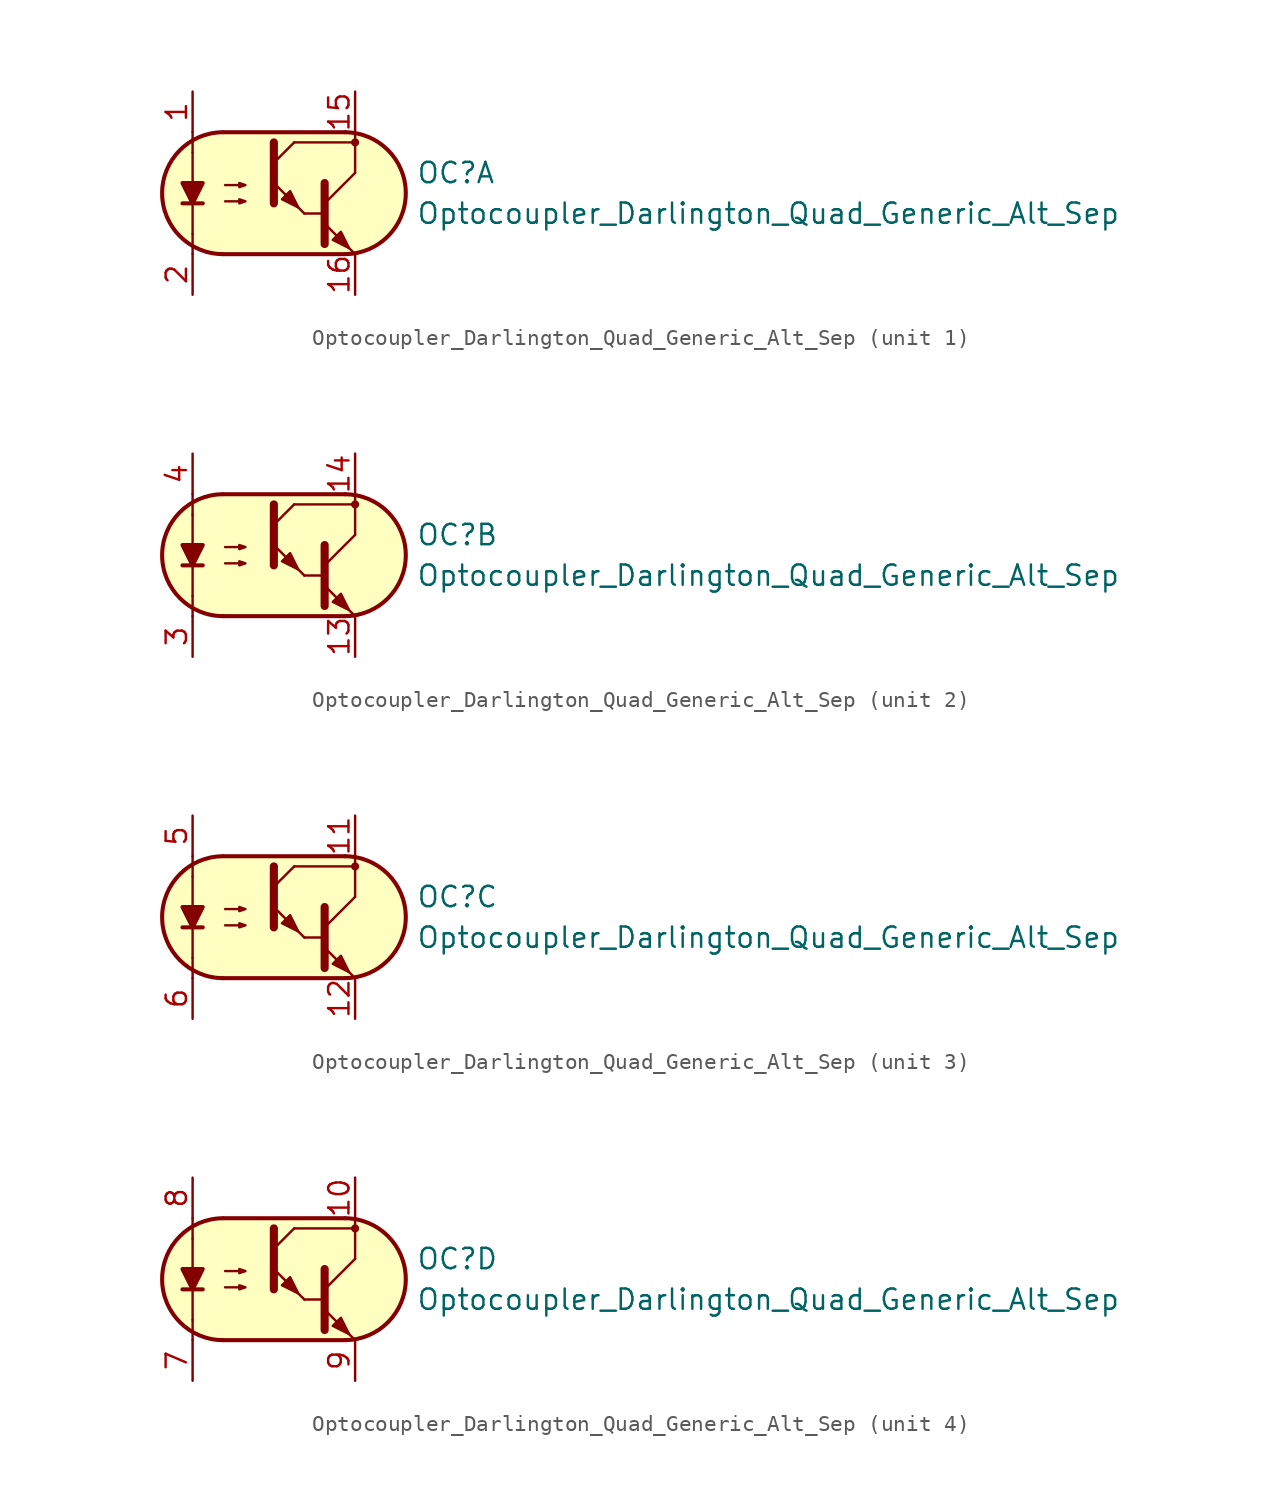
<source format=kicad_sym>
(kicad_symbol_lib
  (version 20211014)
  (generator kicad_symbol_editor)
  (symbol "Optocoupler_Darlington_Quad_Generic_Alt_Sep"
    (pin_names
      (offset 1.016))
    (property "Reference" "OC"
      (at 8.89 1.27 0)
      (effects (font (size 1.27 1.27)) (justify left)))
    (property "Value" "Optocoupler_Darlington_Quad_Generic_Alt_Sep"
      (at 8.89 -1.27 0)
      (effects (font (size 1.27 1.27)) (justify left)))
    (property "ki_locked" ""
      (at 0 0 0)
      (effects (font (size 1.27 1.27))))
    (symbol "Optocoupler_Darlington_Quad_Generic_Alt_Sep_0_1"
      (arc (start -3.2135 3.8099) (mid -6.9851 -0.016) (end -3.1816 -3.8101) (stroke (width 0.254) (type default) (color 0 0 0 0)) (fill (type none)))
      (polyline (pts (xy -5.08 -2.54) (xy -5.08 -3.81)) (stroke (width 0.152) (type default) (color 0 0 0 0)) (fill (type none)))
      (polyline (pts (xy -5.08 -2.54) (xy -5.08 2.54)) (stroke (width 0.152) (type default) (color 0 0 0 0)) (fill (type none)))
      (polyline (pts (xy -5.08 2.54) (xy -5.08 3.81)) (stroke (width 0.152) (type default) (color 0 0 0 0)) (fill (type none)))
      (polyline (pts (xy -3.175 -3.81) (xy 4.445 -3.81)) (stroke (width 0.254) (type default) (color 0 0 0 0)) (fill (type none)))
      (polyline (pts (xy 1.27 3.175) (xy 5.08 3.175)) (stroke (width 0.152) (type default) (color 0 0 0 0)) (fill (type none)))
      (polyline (pts (xy 1.905 -1.27) (xy 3.175 -1.27)) (stroke (width 0) (type default) (color 0 0 0 0)) (fill (type none)))
      (polyline (pts (xy 3.175 -0.635) (xy 5.08 1.27)) (stroke (width 0) (type default) (color 0 0 0 0)) (fill (type none)))
      (polyline (pts (xy 4.445 3.81) (xy -3.175 3.81)) (stroke (width 0.254) (type default) (color 0 0 0 0)) (fill (type none)))
      (polyline (pts (xy 5.08 -3.81) (xy 3.175 -1.905)) (stroke (width 0) (type default) (color 0 0 0 0)) (fill (type outline)))
      (polyline (pts (xy 5.08 1.27) (xy 5.08 3.81)) (stroke (width 0.152) (type default) (color 0 0 0 0)) (fill (type none)))
      (polyline (pts (xy 3.175 0.635) (xy 3.175 -3.175) (xy 3.175 -3.175)) (stroke (width 0.508) (type default) (color 0 0 0 0)) (fill (type none)))
      (polyline (pts (xy -3.048 -0.508) (xy -1.778 -0.508) (xy -2.159 -0.635) (xy -2.159 -0.381) (xy -1.778 -0.508)) (stroke (width 0) (type default) (color 0 0 0 0)) (fill (type none)))
      (polyline (pts (xy -3.048 0.508) (xy -1.778 0.508) (xy -2.159 0.381) (xy -2.159 0.635) (xy -1.778 0.508)) (stroke (width 0) (type default) (color 0 0 0 0)) (fill (type none)))
      (polyline (pts (xy 3.683 -2.921) (xy 4.191 -2.413) (xy 4.699 -3.429) (xy 3.683 -2.921) (xy 3.683 -2.921)) (stroke (width 0) (type default) (color 0 0 0 0)) (fill (type outline)))
      (polyline (pts (xy 4.445 3.81) (xy -2.921 3.81) (xy -3.302 3.81) (xy -3.556 3.81) (xy -4.191 3.683) (xy -4.826 3.429) (xy -5.334 3.175) (xy -6.223 2.286) (xy -6.858 1.016) (xy -6.985 -0.127) (xy -6.731 -1.27) (xy -6.096 -2.413) (xy -5.08 -3.302) (xy -3.556 -3.81) (xy 4.826 -3.81) (xy 5.842 -3.556) (xy 6.858 -2.921) (xy 7.62 -2.159) (xy 8.001 -1.397) (xy 8.255 -0.127) (xy 8.128 0.889) (xy 7.874 1.651) (xy 7.493 2.286) (xy 6.985 2.794) (xy 6.35 3.302) (xy 5.461 3.683) (xy 4.445 3.81)) (stroke (width 0.01) (type default) (color 0 0 0 0)) (fill (type background)))
      (arc (start 4.4769 -3.81) (mid 8.2485 0.0159) (end 4.445 3.81) (stroke (width 0.254) (type default) (color 0 0 0 0)) (fill (type none))))
    (symbol "Optocoupler_Darlington_Quad_Generic_Alt_Sep_1_1"
      (polyline (pts (xy -5.715 -0.635) (xy -4.445 -0.635)) (stroke (width 0.254) (type default) (color 0 0 0 0)) (fill (type none)))
      (polyline (pts (xy 0 1.905) (xy 1.27 3.175)) (stroke (width 0) (type default) (color 0 0 0 0)) (fill (type none)))
      (polyline (pts (xy 1.905 -1.27) (xy 0 0.635)) (stroke (width 0) (type default) (color 0 0 0 0)) (fill (type outline)))
      (polyline (pts (xy 0 3.175) (xy 0 -0.635) (xy 0 -0.635)) (stroke (width 0.508) (type default) (color 0 0 0 0)) (fill (type none)))
      (polyline (pts (xy -5.08 -0.635) (xy -5.715 0.635) (xy -4.445 0.635) (xy -5.08 -0.635)) (stroke (width 0.254) (type default) (color 0 0 0 0)) (fill (type outline)))
      (polyline (pts (xy 0.508 -0.381) (xy 1.016 0.127) (xy 1.524 -0.889) (xy 0.508 -0.381) (xy 0.508 -0.381)) (stroke (width 0) (type default) (color 0 0 0 0)) (fill (type outline)))
      (circle (center 5.08 3.175) (radius 0.178) (stroke (width 0) (type default) (color 0 0 0 0)) (fill (type outline)))
      (pin passive line (at -5.08 6.35 270) (length 2.54) (name "~" (effects (font (size 1.27 1.27)))) (number "1" (effects (font (size 1.27 1.27)))))
      (pin passive line (at 5.08 6.35 270) (length 2.54) (name "~" (effects (font (size 1.27 1.27)))) (number "15" (effects (font (size 1.27 1.27)))))
      (pin passive line (at 5.08 -6.35 90) (length 2.54) (name "~" (effects (font (size 1.27 1.27)))) (number "16" (effects (font (size 1.27 1.27)))))
      (pin passive line (at -5.08 -6.35 90) (length 2.54) (name "~" (effects (font (size 1.27 1.27)))) (number "2" (effects (font (size 1.27 1.27))))))
    (symbol "Optocoupler_Darlington_Quad_Generic_Alt_Sep_2_1"
      (polyline (pts (xy -5.715 -0.635) (xy -4.445 -0.635)) (stroke (width 0.254) (type default) (color 0 0 0 0)) (fill (type none)))
      (polyline (pts (xy 0 1.905) (xy 1.27 3.175)) (stroke (width 0) (type default) (color 0 0 0 0)) (fill (type none)))
      (polyline (pts (xy 1.905 -1.27) (xy 0 0.635)) (stroke (width 0) (type default) (color 0 0 0 0)) (fill (type outline)))
      (polyline (pts (xy 0 3.175) (xy 0 -0.635) (xy 0 -0.635)) (stroke (width 0.508) (type default) (color 0 0 0 0)) (fill (type none)))
      (polyline (pts (xy -5.08 -0.635) (xy -5.715 0.635) (xy -4.445 0.635) (xy -5.08 -0.635)) (stroke (width 0.254) (type default) (color 0 0 0 0)) (fill (type outline)))
      (polyline (pts (xy 0.508 -0.381) (xy 1.016 0.127) (xy 1.524 -0.889) (xy 0.508 -0.381) (xy 0.508 -0.381)) (stroke (width 0) (type default) (color 0 0 0 0)) (fill (type outline)))
      (circle (center 5.08 3.175) (radius 0.178) (stroke (width 0) (type default) (color 0 0 0 0)) (fill (type outline)))
      (pin passive line (at 5.08 -6.35 90) (length 2.54) (name "~" (effects (font (size 1.27 1.27)))) (number "13" (effects (font (size 1.27 1.27)))))
      (pin passive line (at 5.08 6.35 270) (length 2.54) (name "~" (effects (font (size 1.27 1.27)))) (number "14" (effects (font (size 1.27 1.27)))))
      (pin passive line (at -5.08 -6.35 90) (length 2.54) (name "~" (effects (font (size 1.27 1.27)))) (number "3" (effects (font (size 1.27 1.27)))))
      (pin passive line (at -5.08 6.35 270) (length 2.54) (name "~" (effects (font (size 1.27 1.27)))) (number "4" (effects (font (size 1.27 1.27))))))
    (symbol "Optocoupler_Darlington_Quad_Generic_Alt_Sep_3_1"
      (polyline (pts (xy -5.715 -0.635) (xy -4.445 -0.635)) (stroke (width 0.254) (type default) (color 0 0 0 0)) (fill (type none)))
      (polyline (pts (xy 0 1.905) (xy 1.27 3.175)) (stroke (width 0) (type default) (color 0 0 0 0)) (fill (type none)))
      (polyline (pts (xy 1.905 -1.27) (xy 0 0.635)) (stroke (width 0) (type default) (color 0 0 0 0)) (fill (type outline)))
      (polyline (pts (xy 0 3.175) (xy 0 -0.635) (xy 0 -0.635)) (stroke (width 0.508) (type default) (color 0 0 0 0)) (fill (type none)))
      (polyline (pts (xy -5.08 -0.635) (xy -5.715 0.635) (xy -4.445 0.635) (xy -5.08 -0.635)) (stroke (width 0.254) (type default) (color 0 0 0 0)) (fill (type outline)))
      (polyline (pts (xy 0.508 -0.381) (xy 1.016 0.127) (xy 1.524 -0.889) (xy 0.508 -0.381) (xy 0.508 -0.381)) (stroke (width 0) (type default) (color 0 0 0 0)) (fill (type outline)))
      (circle (center 5.08 3.175) (radius 0.178) (stroke (width 0) (type default) (color 0 0 0 0)) (fill (type outline)))
      (pin passive line (at 5.08 6.35 270) (length 2.54) (name "~" (effects (font (size 1.27 1.27)))) (number "11" (effects (font (size 1.27 1.27)))))
      (pin passive line (at 5.08 -6.35 90) (length 2.54) (name "~" (effects (font (size 1.27 1.27)))) (number "12" (effects (font (size 1.27 1.27)))))
      (pin passive line (at -5.08 6.35 270) (length 2.54) (name "~" (effects (font (size 1.27 1.27)))) (number "5" (effects (font (size 1.27 1.27)))))
      (pin passive line (at -5.08 -6.35 90) (length 2.54) (name "~" (effects (font (size 1.27 1.27)))) (number "6" (effects (font (size 1.27 1.27))))))
    (symbol "Optocoupler_Darlington_Quad_Generic_Alt_Sep_4_1"
      (polyline (pts (xy -5.715 -0.635) (xy -4.445 -0.635)) (stroke (width 0.254) (type default) (color 0 0 0 0)) (fill (type none)))
      (polyline (pts (xy 0 1.905) (xy 1.27 3.175)) (stroke (width 0) (type default) (color 0 0 0 0)) (fill (type none)))
      (polyline (pts (xy 1.905 -1.27) (xy 0 0.635)) (stroke (width 0) (type default) (color 0 0 0 0)) (fill (type outline)))
      (polyline (pts (xy 0 3.175) (xy 0 -0.635) (xy 0 -0.635)) (stroke (width 0.508) (type default) (color 0 0 0 0)) (fill (type none)))
      (polyline (pts (xy -5.08 -0.635) (xy -5.715 0.635) (xy -4.445 0.635) (xy -5.08 -0.635)) (stroke (width 0.254) (type default) (color 0 0 0 0)) (fill (type outline)))
      (polyline (pts (xy 0.508 -0.381) (xy 1.016 0.127) (xy 1.524 -0.889) (xy 0.508 -0.381) (xy 0.508 -0.381)) (stroke (width 0) (type default) (color 0 0 0 0)) (fill (type outline)))
      (circle (center 5.08 3.175) (radius 0.178) (stroke (width 0) (type default) (color 0 0 0 0)) (fill (type outline)))
      (pin passive line (at 5.08 6.35 270) (length 2.54) (name "~" (effects (font (size 1.27 1.27)))) (number "10" (effects (font (size 1.27 1.27)))))
      (pin passive line (at -5.08 -6.35 90) (length 2.54) (name "~" (effects (font (size 1.27 1.27)))) (number "7" (effects (font (size 1.27 1.27)))))
      (pin passive line (at -5.08 6.35 270) (length 2.54) (name "~" (effects (font (size 1.27 1.27)))) (number "8" (effects (font (size 1.27 1.27)))))
      (pin passive line (at 5.08 -6.35 90) (length 2.54) (name "~" (effects (font (size 1.27 1.27)))) (number "9" (effects (font (size 1.27 1.27))))))))
</source>
